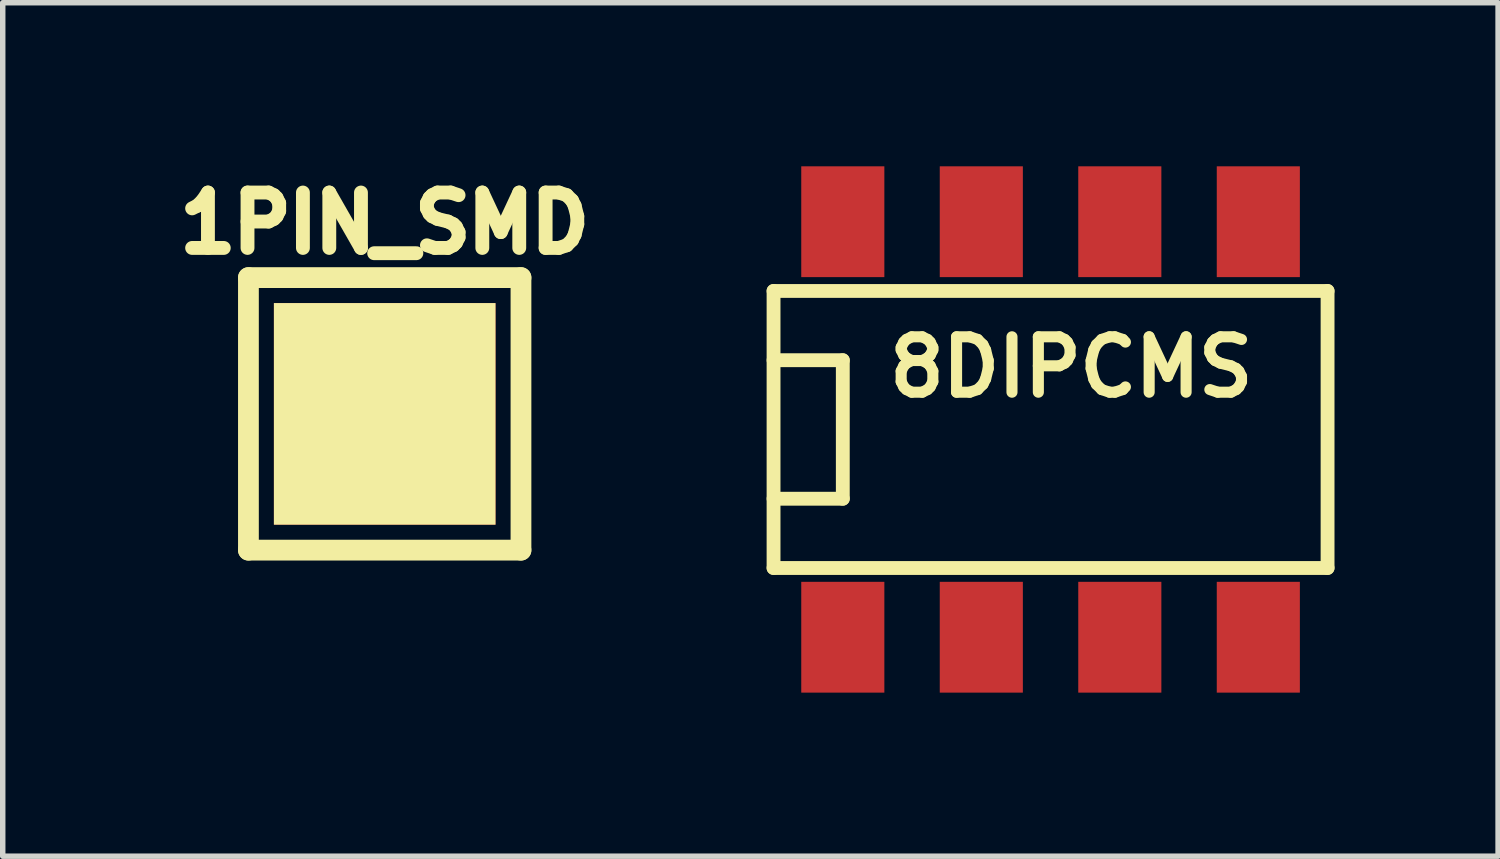
<source format=kicad_pcb>
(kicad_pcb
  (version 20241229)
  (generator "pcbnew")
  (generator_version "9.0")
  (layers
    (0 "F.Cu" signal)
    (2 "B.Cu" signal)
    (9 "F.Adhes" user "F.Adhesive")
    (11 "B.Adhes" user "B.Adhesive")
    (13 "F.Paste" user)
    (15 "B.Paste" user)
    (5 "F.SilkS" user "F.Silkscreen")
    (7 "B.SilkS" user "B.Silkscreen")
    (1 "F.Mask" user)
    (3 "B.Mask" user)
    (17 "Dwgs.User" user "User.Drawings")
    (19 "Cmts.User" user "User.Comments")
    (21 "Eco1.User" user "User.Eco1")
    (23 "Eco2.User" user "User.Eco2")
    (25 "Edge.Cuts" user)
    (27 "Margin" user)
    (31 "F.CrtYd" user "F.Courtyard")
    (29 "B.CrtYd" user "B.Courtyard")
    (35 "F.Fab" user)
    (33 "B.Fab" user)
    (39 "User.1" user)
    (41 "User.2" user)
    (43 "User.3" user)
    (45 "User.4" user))
  (footprint "1PIN_SMD"
    (layer "F.Cu")
    (at 4.005 4.54)
    (property "Reference" "1PIN_SMD" (at 0 -3.5 0) (layer "F.SilkS") (effects (font (size 1.016 1.016) (thickness 0.254))))
    (attr through_hole)
    (fp_line (start -2.499 -2.499) (end 2.499 -2.499) (stroke (width 0.381) (type solid)) (layer "F.SilkS"))
    (fp_line (start -2.499 2.499) (end -2.499 -2.499) (stroke (width 0.381) (type solid)) (layer "F.SilkS"))
    (fp_line (start 2.499 -2.499) (end 2.499 2.499) (stroke (width 0.381) (type solid)) (layer "F.SilkS"))
    (fp_line (start 2.499 2.499) (end -2.499 2.499) (stroke (width 0.381) (type solid)) (layer "F.SilkS"))
    (pad "1" smd rect (at 0 0) (size 4.064 4.064) (layers "F.Cu" "F.Mask" "F.SilkS" "F.Paste")))
  (footprint "8DIPCMS"
    (layer "F.Cu")
    (at 16.216 4.826)
    (property "Reference" "8DIPCMS" (at 0.381 -1.143 0) (layer "F.SilkS") (effects (font (size 1.016 1.016) (thickness 0.203))))
    (attr smd)
    (fp_line (start -5.08 -2.54) (end -5.08 2.54) (stroke (width 0.254) (type solid)) (layer "F.SilkS"))
    (fp_line (start -5.08 -1.27) (end -3.81 -1.27) (stroke (width 0.254) (type solid)) (layer "F.SilkS"))
    (fp_line (start -5.08 2.54) (end 5.08 2.54) (stroke (width 0.254) (type solid)) (layer "F.SilkS"))
    (fp_line (start -3.81 -1.27) (end -3.81 1.27) (stroke (width 0.254) (type solid)) (layer "F.SilkS"))
    (fp_line (start -3.81 1.27) (end -5.08 1.27) (stroke (width 0.254) (type solid)) (layer "F.SilkS"))
    (fp_line (start 5.08 -2.54) (end -5.08 -2.54) (stroke (width 0.254) (type solid)) (layer "F.SilkS"))
    (fp_line (start 5.08 2.54) (end 5.08 -2.54) (stroke (width 0.254) (type solid)) (layer "F.SilkS"))
    (pad "1" smd rect (at -3.81 3.81) (size 1.524 2.032) (layers "F.Cu" "F.Mask" "F.Paste"))
    (pad "2" smd rect (at -1.27 3.81) (size 1.524 2.032) (layers "F.Cu" "F.Mask" "F.Paste"))
    (pad "3" smd rect (at 1.27 3.81) (size 1.524 2.032) (layers "F.Cu" "F.Mask" "F.Paste"))
    (pad "4" smd rect (at 3.81 3.81) (size 1.524 2.032) (layers "F.Cu" "F.Mask" "F.Paste"))
    (pad "5" smd rect (at 3.81 -3.81) (size 1.524 2.032) (layers "F.Cu" "F.Mask" "F.Paste"))
    (pad "6" smd rect (at 1.27 -3.81) (size 1.524 2.032) (layers "F.Cu" "F.Mask" "F.Paste"))
    (pad "7" smd rect (at -1.27 -3.81) (size 1.524 2.032) (layers "F.Cu" "F.Mask" "F.Paste"))
    (pad "8" smd rect (at -3.81 -3.81) (size 1.524 2.032) (layers "F.Cu" "F.Mask" "F.Paste")))
  (gr_rect
    (start -3 -3)
    (end 24.423 12.652)
    (stroke (width 0.1) (type default))
    (fill no)
    (layer "Edge.Cuts")))
</source>
